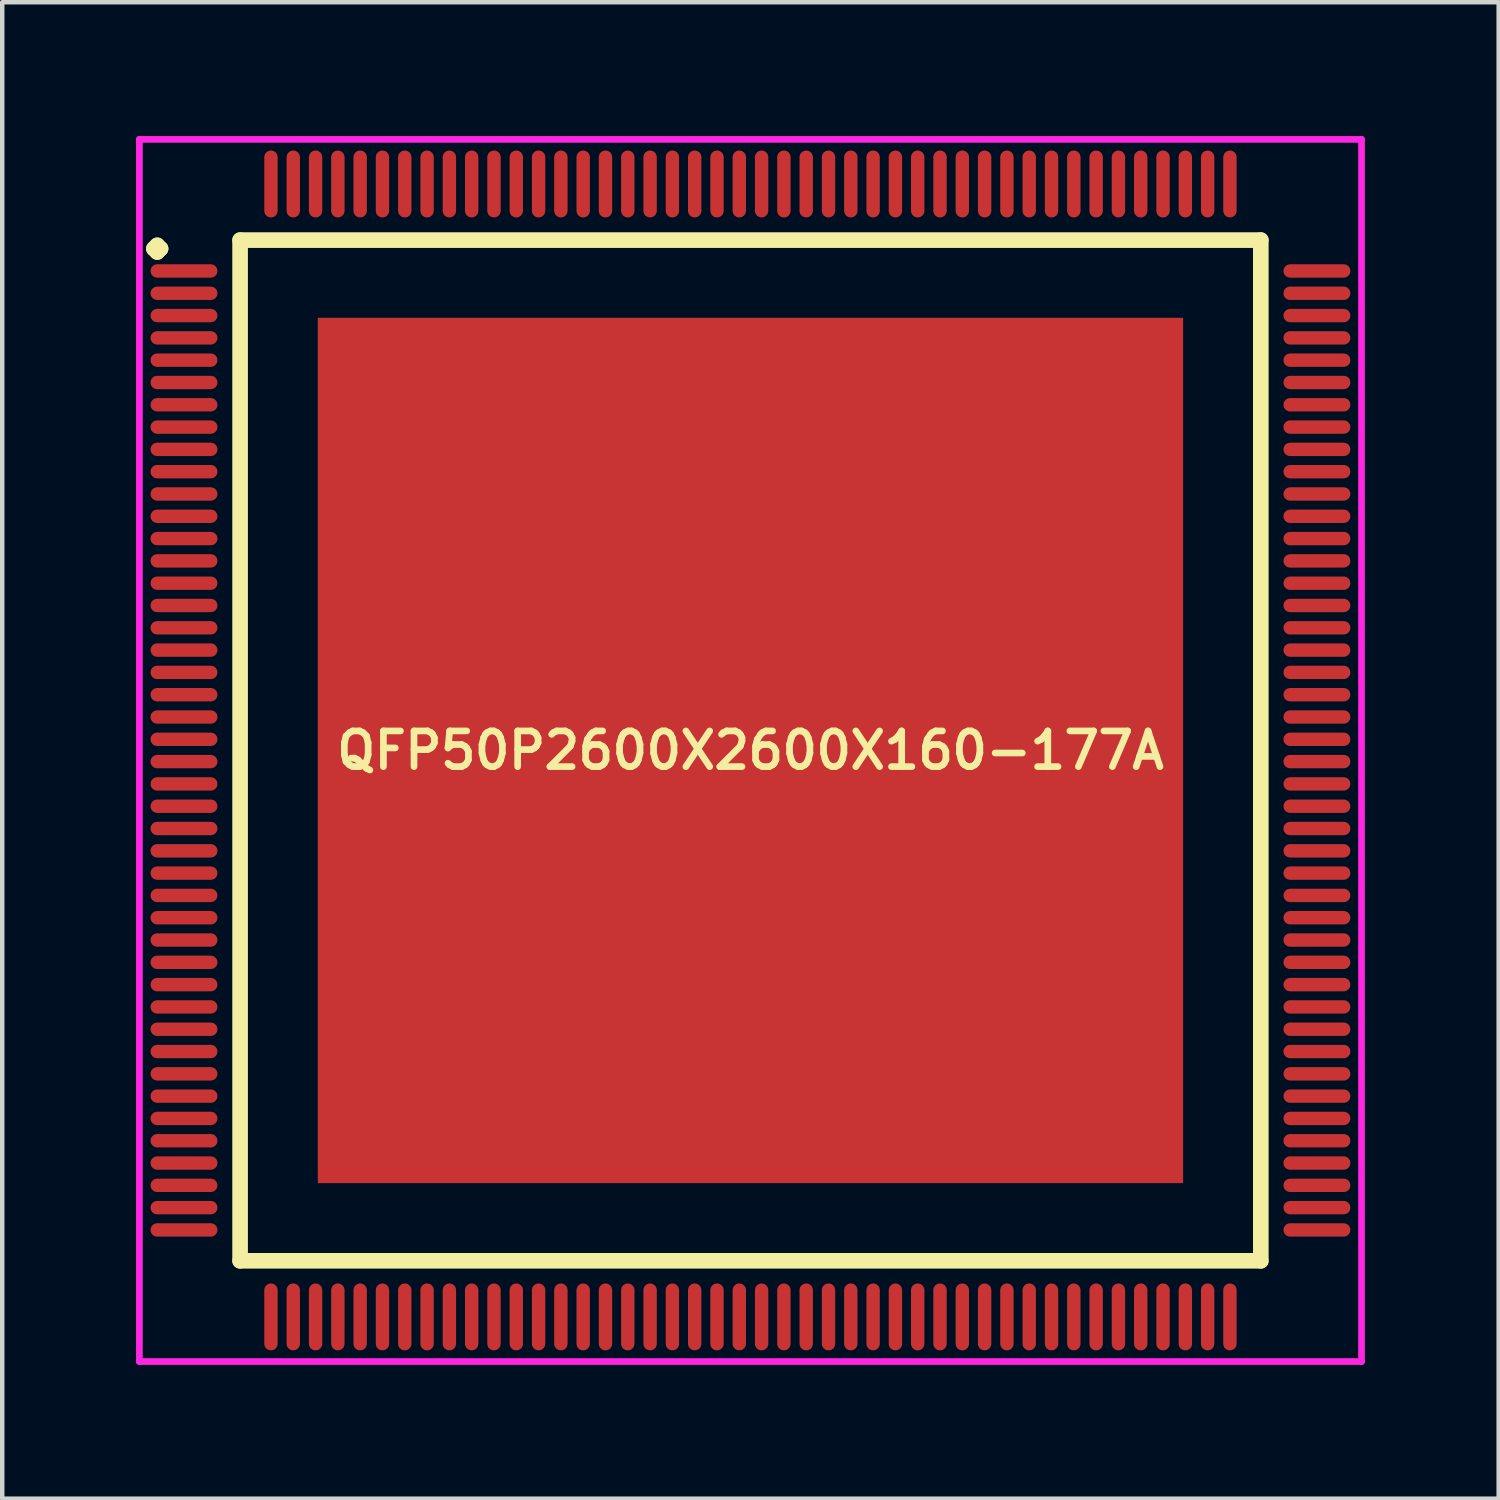
<source format=kicad_pcb>
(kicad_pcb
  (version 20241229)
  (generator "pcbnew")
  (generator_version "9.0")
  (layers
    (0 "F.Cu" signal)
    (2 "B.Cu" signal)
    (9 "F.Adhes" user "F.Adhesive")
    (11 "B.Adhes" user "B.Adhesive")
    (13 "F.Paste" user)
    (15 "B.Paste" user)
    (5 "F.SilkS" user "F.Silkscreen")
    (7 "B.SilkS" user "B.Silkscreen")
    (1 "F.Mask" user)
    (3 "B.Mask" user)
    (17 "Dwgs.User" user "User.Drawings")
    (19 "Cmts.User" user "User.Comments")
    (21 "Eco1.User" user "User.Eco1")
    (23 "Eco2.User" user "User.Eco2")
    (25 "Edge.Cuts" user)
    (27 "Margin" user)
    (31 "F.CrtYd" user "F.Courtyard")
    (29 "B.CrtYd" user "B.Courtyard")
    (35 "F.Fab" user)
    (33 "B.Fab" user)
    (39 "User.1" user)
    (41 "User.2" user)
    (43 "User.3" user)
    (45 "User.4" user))
  (footprint "QFP50P2600X2600X160-177A"
    (layer "F.Cu")
    (at 13.775 13.775)
    (property "Reference" "QFP50P2600X2600X160-177A" (at 0 0 0) (layer "F.SilkS") (effects (font (size 0.8 0.8) (thickness 0.15))))
    (attr through_hole)
    (fp_line (start -13.375 -11.25) (end -13.3 -11.325) (stroke (width 0.35) (type solid)) (layer "F.SilkS"))
    (fp_line (start -13.3 -11.325) (end -13.225 -11.25) (stroke (width 0.35) (type solid)) (layer "F.SilkS"))
    (fp_line (start -13.3 -11.175) (end -13.375 -11.25) (stroke (width 0.35) (type solid)) (layer "F.SilkS"))
    (fp_line (start -13.225 -11.25) (end -13.3 -11.175) (stroke (width 0.35) (type solid)) (layer "F.SilkS"))
    (fp_line (start -11.442 -11.442) (end -11.442 11.442) (stroke (width 0.35) (type solid)) (layer "F.SilkS"))
    (fp_line (start -11.442 11.442) (end 11.442 11.442) (stroke (width 0.35) (type solid)) (layer "F.SilkS"))
    (fp_line (start 11.442 -11.442) (end -11.442 -11.442) (stroke (width 0.35) (type solid)) (layer "F.SilkS"))
    (fp_line (start 11.442 11.442) (end 11.442 -11.442) (stroke (width 0.35) (type solid)) (layer "F.SilkS"))
    (fp_line (start -13.7 -13.7) (end 13.7 -13.7) (stroke (width 0.15) (type solid)) (layer "F.CrtYd"))
    (fp_line (start -13.7 13.7) (end -13.7 -13.7) (stroke (width 0.15) (type solid)) (layer "F.CrtYd"))
    (fp_line (start 13.7 -13.7) (end 13.7 13.7) (stroke (width 0.15) (type solid)) (layer "F.CrtYd"))
    (fp_line (start 13.7 13.7) (end -13.7 13.7) (stroke (width 0.15) (type solid)) (layer "F.CrtYd"))
    (pad "1" smd oval (at -12.7 -10.75) (size 1.5 0.3) (layers "F.Cu" "F.Mask" "F.Paste"))
    (pad "2" smd oval (at -12.7 -10.25) (size 1.5 0.3) (layers "F.Cu" "F.Mask" "F.Paste"))
    (pad "3" smd oval (at -12.7 -9.75) (size 1.5 0.3) (layers "F.Cu" "F.Mask" "F.Paste"))
    (pad "4" smd oval (at -12.7 -9.25) (size 1.5 0.3) (layers "F.Cu" "F.Mask" "F.Paste"))
    (pad "5" smd oval (at -12.7 -8.75) (size 1.5 0.3) (layers "F.Cu" "F.Mask" "F.Paste"))
    (pad "6" smd oval (at -12.7 -8.25) (size 1.5 0.3) (layers "F.Cu" "F.Mask" "F.Paste"))
    (pad "7" smd oval (at -12.7 -7.75) (size 1.5 0.3) (layers "F.Cu" "F.Mask" "F.Paste"))
    (pad "8" smd oval (at -12.7 -7.25) (size 1.5 0.3) (layers "F.Cu" "F.Mask" "F.Paste"))
    (pad "9" smd oval (at -12.7 -6.75) (size 1.5 0.3) (layers "F.Cu" "F.Mask" "F.Paste"))
    (pad "10" smd oval (at -12.7 -6.25) (size 1.5 0.3) (layers "F.Cu" "F.Mask" "F.Paste"))
    (pad "11" smd oval (at -12.7 -5.75) (size 1.5 0.3) (layers "F.Cu" "F.Mask" "F.Paste"))
    (pad "12" smd oval (at -12.7 -5.25) (size 1.5 0.3) (layers "F.Cu" "F.Mask" "F.Paste"))
    (pad "13" smd oval (at -12.7 -4.75) (size 1.5 0.3) (layers "F.Cu" "F.Mask" "F.Paste"))
    (pad "14" smd oval (at -12.7 -4.25) (size 1.5 0.3) (layers "F.Cu" "F.Mask" "F.Paste"))
    (pad "15" smd oval (at -12.7 -3.75) (size 1.5 0.3) (layers "F.Cu" "F.Mask" "F.Paste"))
    (pad "16" smd oval (at -12.7 -3.25) (size 1.5 0.3) (layers "F.Cu" "F.Mask" "F.Paste"))
    (pad "17" smd oval (at -12.7 -2.75) (size 1.5 0.3) (layers "F.Cu" "F.Mask" "F.Paste"))
    (pad "18" smd oval (at -12.7 -2.25) (size 1.5 0.3) (layers "F.Cu" "F.Mask" "F.Paste"))
    (pad "19" smd oval (at -12.7 -1.75) (size 1.5 0.3) (layers "F.Cu" "F.Mask" "F.Paste"))
    (pad "20" smd oval (at -12.7 -1.25) (size 1.5 0.3) (layers "F.Cu" "F.Mask" "F.Paste"))
    (pad "21" smd oval (at -12.7 -0.75) (size 1.5 0.3) (layers "F.Cu" "F.Mask" "F.Paste"))
    (pad "22" smd oval (at -12.7 -0.25) (size 1.5 0.3) (layers "F.Cu" "F.Mask" "F.Paste"))
    (pad "23" smd oval (at -12.7 0.25) (size 1.5 0.3) (layers "F.Cu" "F.Mask" "F.Paste"))
    (pad "24" smd oval (at -12.7 0.75) (size 1.5 0.3) (layers "F.Cu" "F.Mask" "F.Paste"))
    (pad "25" smd oval (at -12.7 1.25) (size 1.5 0.3) (layers "F.Cu" "F.Mask" "F.Paste"))
    (pad "26" smd oval (at -12.7 1.75) (size 1.5 0.3) (layers "F.Cu" "F.Mask" "F.Paste"))
    (pad "27" smd oval (at -12.7 2.25) (size 1.5 0.3) (layers "F.Cu" "F.Mask" "F.Paste"))
    (pad "28" smd oval (at -12.7 2.75) (size 1.5 0.3) (layers "F.Cu" "F.Mask" "F.Paste"))
    (pad "29" smd oval (at -12.7 3.25) (size 1.5 0.3) (layers "F.Cu" "F.Mask" "F.Paste"))
    (pad "30" smd oval (at -12.7 3.75) (size 1.5 0.3) (layers "F.Cu" "F.Mask" "F.Paste"))
    (pad "31" smd oval (at -12.7 4.25) (size 1.5 0.3) (layers "F.Cu" "F.Mask" "F.Paste"))
    (pad "32" smd oval (at -12.7 4.75) (size 1.5 0.3) (layers "F.Cu" "F.Mask" "F.Paste"))
    (pad "33" smd oval (at -12.7 5.25) (size 1.5 0.3) (layers "F.Cu" "F.Mask" "F.Paste"))
    (pad "34" smd oval (at -12.7 5.75) (size 1.5 0.3) (layers "F.Cu" "F.Mask" "F.Paste"))
    (pad "35" smd oval (at -12.7 6.25) (size 1.5 0.3) (layers "F.Cu" "F.Mask" "F.Paste"))
    (pad "36" smd oval (at -12.7 6.75) (size 1.5 0.3) (layers "F.Cu" "F.Mask" "F.Paste"))
    (pad "37" smd oval (at -12.7 7.25) (size 1.5 0.3) (layers "F.Cu" "F.Mask" "F.Paste"))
    (pad "38" smd oval (at -12.7 7.75) (size 1.5 0.3) (layers "F.Cu" "F.Mask" "F.Paste"))
    (pad "39" smd oval (at -12.7 8.25) (size 1.5 0.3) (layers "F.Cu" "F.Mask" "F.Paste"))
    (pad "40" smd oval (at -12.7 8.75) (size 1.5 0.3) (layers "F.Cu" "F.Mask" "F.Paste"))
    (pad "41" smd oval (at -12.7 9.25) (size 1.5 0.3) (layers "F.Cu" "F.Mask" "F.Paste"))
    (pad "42" smd oval (at -12.7 9.75) (size 1.5 0.3) (layers "F.Cu" "F.Mask" "F.Paste"))
    (pad "43" smd oval (at -12.7 10.25) (size 1.5 0.3) (layers "F.Cu" "F.Mask" "F.Paste"))
    (pad "44" smd oval (at -12.7 10.75) (size 1.5 0.3) (layers "F.Cu" "F.Mask" "F.Paste"))
    (pad "45" smd oval (at -10.75 12.7) (size 0.3 1.5) (layers "F.Cu" "F.Mask" "F.Paste"))
    (pad "46" smd oval (at -10.25 12.7) (size 0.3 1.5) (layers "F.Cu" "F.Mask" "F.Paste"))
    (pad "47" smd oval (at -9.75 12.7) (size 0.3 1.5) (layers "F.Cu" "F.Mask" "F.Paste"))
    (pad "48" smd oval (at -9.25 12.7) (size 0.3 1.5) (layers "F.Cu" "F.Mask" "F.Paste"))
    (pad "49" smd oval (at -8.75 12.7) (size 0.3 1.5) (layers "F.Cu" "F.Mask" "F.Paste"))
    (pad "50" smd oval (at -8.25 12.7) (size 0.3 1.5) (layers "F.Cu" "F.Mask" "F.Paste"))
    (pad "51" smd oval (at -7.75 12.7) (size 0.3 1.5) (layers "F.Cu" "F.Mask" "F.Paste"))
    (pad "52" smd oval (at -7.25 12.7) (size 0.3 1.5) (layers "F.Cu" "F.Mask" "F.Paste"))
    (pad "53" smd oval (at -6.75 12.7) (size 0.3 1.5) (layers "F.Cu" "F.Mask" "F.Paste"))
    (pad "54" smd oval (at -6.25 12.7) (size 0.3 1.5) (layers "F.Cu" "F.Mask" "F.Paste"))
    (pad "55" smd oval (at -5.75 12.7) (size 0.3 1.5) (layers "F.Cu" "F.Mask" "F.Paste"))
    (pad "56" smd oval (at -5.25 12.7) (size 0.3 1.5) (layers "F.Cu" "F.Mask" "F.Paste"))
    (pad "57" smd oval (at -4.75 12.7) (size 0.3 1.5) (layers "F.Cu" "F.Mask" "F.Paste"))
    (pad "58" smd oval (at -4.25 12.7) (size 0.3 1.5) (layers "F.Cu" "F.Mask" "F.Paste"))
    (pad "59" smd oval (at -3.75 12.7) (size 0.3 1.5) (layers "F.Cu" "F.Mask" "F.Paste"))
    (pad "60" smd oval (at -3.25 12.7) (size 0.3 1.5) (layers "F.Cu" "F.Mask" "F.Paste"))
    (pad "61" smd oval (at -2.75 12.7) (size 0.3 1.5) (layers "F.Cu" "F.Mask" "F.Paste"))
    (pad "62" smd oval (at -2.25 12.7) (size 0.3 1.5) (layers "F.Cu" "F.Mask" "F.Paste"))
    (pad "63" smd oval (at -1.75 12.7) (size 0.3 1.5) (layers "F.Cu" "F.Mask" "F.Paste"))
    (pad "64" smd oval (at -1.25 12.7) (size 0.3 1.5) (layers "F.Cu" "F.Mask" "F.Paste"))
    (pad "65" smd oval (at -0.75 12.7) (size 0.3 1.5) (layers "F.Cu" "F.Mask" "F.Paste"))
    (pad "66" smd oval (at -0.25 12.7) (size 0.3 1.5) (layers "F.Cu" "F.Mask" "F.Paste"))
    (pad "67" smd oval (at 0.25 12.7) (size 0.3 1.5) (layers "F.Cu" "F.Mask" "F.Paste"))
    (pad "68" smd oval (at 0.75 12.7) (size 0.3 1.5) (layers "F.Cu" "F.Mask" "F.Paste"))
    (pad "69" smd oval (at 1.25 12.7) (size 0.3 1.5) (layers "F.Cu" "F.Mask" "F.Paste"))
    (pad "70" smd oval (at 1.75 12.7) (size 0.3 1.5) (layers "F.Cu" "F.Mask" "F.Paste"))
    (pad "71" smd oval (at 2.25 12.7) (size 0.3 1.5) (layers "F.Cu" "F.Mask" "F.Paste"))
    (pad "72" smd oval (at 2.75 12.7) (size 0.3 1.5) (layers "F.Cu" "F.Mask" "F.Paste"))
    (pad "73" smd oval (at 3.25 12.7) (size 0.3 1.5) (layers "F.Cu" "F.Mask" "F.Paste"))
    (pad "74" smd oval (at 3.75 12.7) (size 0.3 1.5) (layers "F.Cu" "F.Mask" "F.Paste"))
    (pad "75" smd oval (at 4.25 12.7) (size 0.3 1.5) (layers "F.Cu" "F.Mask" "F.Paste"))
    (pad "76" smd oval (at 4.75 12.7) (size 0.3 1.5) (layers "F.Cu" "F.Mask" "F.Paste"))
    (pad "77" smd oval (at 5.25 12.7) (size 0.3 1.5) (layers "F.Cu" "F.Mask" "F.Paste"))
    (pad "78" smd oval (at 5.75 12.7) (size 0.3 1.5) (layers "F.Cu" "F.Mask" "F.Paste"))
    (pad "79" smd oval (at 6.25 12.7) (size 0.3 1.5) (layers "F.Cu" "F.Mask" "F.Paste"))
    (pad "80" smd oval (at 6.75 12.7) (size 0.3 1.5) (layers "F.Cu" "F.Mask" "F.Paste"))
    (pad "81" smd oval (at 7.25 12.7) (size 0.3 1.5) (layers "F.Cu" "F.Mask" "F.Paste"))
    (pad "82" smd oval (at 7.75 12.7) (size 0.3 1.5) (layers "F.Cu" "F.Mask" "F.Paste"))
    (pad "83" smd oval (at 8.25 12.7) (size 0.3 1.5) (layers "F.Cu" "F.Mask" "F.Paste"))
    (pad "84" smd oval (at 8.75 12.7) (size 0.3 1.5) (layers "F.Cu" "F.Mask" "F.Paste"))
    (pad "85" smd oval (at 9.25 12.7) (size 0.3 1.5) (layers "F.Cu" "F.Mask" "F.Paste"))
    (pad "86" smd oval (at 9.75 12.7) (size 0.3 1.5) (layers "F.Cu" "F.Mask" "F.Paste"))
    (pad "87" smd oval (at 10.25 12.7) (size 0.3 1.5) (layers "F.Cu" "F.Mask" "F.Paste"))
    (pad "88" smd oval (at 10.75 12.7) (size 0.3 1.5) (layers "F.Cu" "F.Mask" "F.Paste"))
    (pad "89" smd oval (at 12.7 10.75) (size 1.5 0.3) (layers "F.Cu" "F.Mask" "F.Paste"))
    (pad "90" smd oval (at 12.7 10.25) (size 1.5 0.3) (layers "F.Cu" "F.Mask" "F.Paste"))
    (pad "91" smd oval (at 12.7 9.75) (size 1.5 0.3) (layers "F.Cu" "F.Mask" "F.Paste"))
    (pad "92" smd oval (at 12.7 9.25) (size 1.5 0.3) (layers "F.Cu" "F.Mask" "F.Paste"))
    (pad "93" smd oval (at 12.7 8.75) (size 1.5 0.3) (layers "F.Cu" "F.Mask" "F.Paste"))
    (pad "94" smd oval (at 12.7 8.25) (size 1.5 0.3) (layers "F.Cu" "F.Mask" "F.Paste"))
    (pad "95" smd oval (at 12.7 7.75) (size 1.5 0.3) (layers "F.Cu" "F.Mask" "F.Paste"))
    (pad "96" smd oval (at 12.7 7.25) (size 1.5 0.3) (layers "F.Cu" "F.Mask" "F.Paste"))
    (pad "97" smd oval (at 12.7 6.75) (size 1.5 0.3) (layers "F.Cu" "F.Mask" "F.Paste"))
    (pad "98" smd oval (at 12.7 6.25) (size 1.5 0.3) (layers "F.Cu" "F.Mask" "F.Paste"))
    (pad "99" smd oval (at 12.7 5.75) (size 1.5 0.3) (layers "F.Cu" "F.Mask" "F.Paste"))
    (pad "100" smd oval (at 12.7 5.25) (size 1.5 0.3) (layers "F.Cu" "F.Mask" "F.Paste"))
    (pad "101" smd oval (at 12.7 4.75) (size 1.5 0.3) (layers "F.Cu" "F.Mask" "F.Paste"))
    (pad "102" smd oval (at 12.7 4.25) (size 1.5 0.3) (layers "F.Cu" "F.Mask" "F.Paste"))
    (pad "103" smd oval (at 12.7 3.75) (size 1.5 0.3) (layers "F.Cu" "F.Mask" "F.Paste"))
    (pad "104" smd oval (at 12.7 3.25) (size 1.5 0.3) (layers "F.Cu" "F.Mask" "F.Paste"))
    (pad "105" smd oval (at 12.7 2.75) (size 1.5 0.3) (layers "F.Cu" "F.Mask" "F.Paste"))
    (pad "106" smd oval (at 12.7 2.25) (size 1.5 0.3) (layers "F.Cu" "F.Mask" "F.Paste"))
    (pad "107" smd oval (at 12.7 1.75) (size 1.5 0.3) (layers "F.Cu" "F.Mask" "F.Paste"))
    (pad "108" smd oval (at 12.7 1.25) (size 1.5 0.3) (layers "F.Cu" "F.Mask" "F.Paste"))
    (pad "109" smd oval (at 12.7 0.75) (size 1.5 0.3) (layers "F.Cu" "F.Mask" "F.Paste"))
    (pad "110" smd oval (at 12.7 0.25) (size 1.5 0.3) (layers "F.Cu" "F.Mask" "F.Paste"))
    (pad "111" smd oval (at 12.7 -0.25) (size 1.5 0.3) (layers "F.Cu" "F.Mask" "F.Paste"))
    (pad "112" smd oval (at 12.7 -0.75) (size 1.5 0.3) (layers "F.Cu" "F.Mask" "F.Paste"))
    (pad "113" smd oval (at 12.7 -1.25) (size 1.5 0.3) (layers "F.Cu" "F.Mask" "F.Paste"))
    (pad "114" smd oval (at 12.7 -1.75) (size 1.5 0.3) (layers "F.Cu" "F.Mask" "F.Paste"))
    (pad "115" smd oval (at 12.7 -2.25) (size 1.5 0.3) (layers "F.Cu" "F.Mask" "F.Paste"))
    (pad "116" smd oval (at 12.7 -2.75) (size 1.5 0.3) (layers "F.Cu" "F.Mask" "F.Paste"))
    (pad "117" smd oval (at 12.7 -3.25) (size 1.5 0.3) (layers "F.Cu" "F.Mask" "F.Paste"))
    (pad "118" smd oval (at 12.7 -3.75) (size 1.5 0.3) (layers "F.Cu" "F.Mask" "F.Paste"))
    (pad "119" smd oval (at 12.7 -4.25) (size 1.5 0.3) (layers "F.Cu" "F.Mask" "F.Paste"))
    (pad "120" smd oval (at 12.7 -4.75) (size 1.5 0.3) (layers "F.Cu" "F.Mask" "F.Paste"))
    (pad "121" smd oval (at 12.7 -5.25) (size 1.5 0.3) (layers "F.Cu" "F.Mask" "F.Paste"))
    (pad "122" smd oval (at 12.7 -5.75) (size 1.5 0.3) (layers "F.Cu" "F.Mask" "F.Paste"))
    (pad "123" smd oval (at 12.7 -6.25) (size 1.5 0.3) (layers "F.Cu" "F.Mask" "F.Paste"))
    (pad "124" smd oval (at 12.7 -6.75) (size 1.5 0.3) (layers "F.Cu" "F.Mask" "F.Paste"))
    (pad "125" smd oval (at 12.7 -7.25) (size 1.5 0.3) (layers "F.Cu" "F.Mask" "F.Paste"))
    (pad "126" smd oval (at 12.7 -7.75) (size 1.5 0.3) (layers "F.Cu" "F.Mask" "F.Paste"))
    (pad "127" smd oval (at 12.7 -8.25) (size 1.5 0.3) (layers "F.Cu" "F.Mask" "F.Paste"))
    (pad "128" smd oval (at 12.7 -8.75) (size 1.5 0.3) (layers "F.Cu" "F.Mask" "F.Paste"))
    (pad "129" smd oval (at 12.7 -9.25) (size 1.5 0.3) (layers "F.Cu" "F.Mask" "F.Paste"))
    (pad "130" smd oval (at 12.7 -9.75) (size 1.5 0.3) (layers "F.Cu" "F.Mask" "F.Paste"))
    (pad "131" smd oval (at 12.7 -10.25) (size 1.5 0.3) (layers "F.Cu" "F.Mask" "F.Paste"))
    (pad "132" smd oval (at 12.7 -10.75) (size 1.5 0.3) (layers "F.Cu" "F.Mask" "F.Paste"))
    (pad "133" smd oval (at 10.75 -12.7) (size 0.3 1.5) (layers "F.Cu" "F.Mask" "F.Paste"))
    (pad "134" smd oval (at 10.25 -12.7) (size 0.3 1.5) (layers "F.Cu" "F.Mask" "F.Paste"))
    (pad "135" smd oval (at 9.75 -12.7) (size 0.3 1.5) (layers "F.Cu" "F.Mask" "F.Paste"))
    (pad "136" smd oval (at 9.25 -12.7) (size 0.3 1.5) (layers "F.Cu" "F.Mask" "F.Paste"))
    (pad "137" smd oval (at 8.75 -12.7) (size 0.3 1.5) (layers "F.Cu" "F.Mask" "F.Paste"))
    (pad "138" smd oval (at 8.25 -12.7) (size 0.3 1.5) (layers "F.Cu" "F.Mask" "F.Paste"))
    (pad "139" smd oval (at 7.75 -12.7) (size 0.3 1.5) (layers "F.Cu" "F.Mask" "F.Paste"))
    (pad "140" smd oval (at 7.25 -12.7) (size 0.3 1.5) (layers "F.Cu" "F.Mask" "F.Paste"))
    (pad "141" smd oval (at 6.75 -12.7) (size 0.3 1.5) (layers "F.Cu" "F.Mask" "F.Paste"))
    (pad "142" smd oval (at 6.25 -12.7) (size 0.3 1.5) (layers "F.Cu" "F.Mask" "F.Paste"))
    (pad "143" smd oval (at 5.75 -12.7) (size 0.3 1.5) (layers "F.Cu" "F.Mask" "F.Paste"))
    (pad "144" smd oval (at 5.25 -12.7) (size 0.3 1.5) (layers "F.Cu" "F.Mask" "F.Paste"))
    (pad "145" smd oval (at 4.75 -12.7) (size 0.3 1.5) (layers "F.Cu" "F.Mask" "F.Paste"))
    (pad "146" smd oval (at 4.25 -12.7) (size 0.3 1.5) (layers "F.Cu" "F.Mask" "F.Paste"))
    (pad "147" smd oval (at 3.75 -12.7) (size 0.3 1.5) (layers "F.Cu" "F.Mask" "F.Paste"))
    (pad "148" smd oval (at 3.25 -12.7) (size 0.3 1.5) (layers "F.Cu" "F.Mask" "F.Paste"))
    (pad "149" smd oval (at 2.75 -12.7) (size 0.3 1.5) (layers "F.Cu" "F.Mask" "F.Paste"))
    (pad "150" smd oval (at 2.25 -12.7) (size 0.3 1.5) (layers "F.Cu" "F.Mask" "F.Paste"))
    (pad "151" smd oval (at 1.75 -12.7) (size 0.3 1.5) (layers "F.Cu" "F.Mask" "F.Paste"))
    (pad "152" smd oval (at 1.25 -12.7) (size 0.3 1.5) (layers "F.Cu" "F.Mask" "F.Paste"))
    (pad "153" smd oval (at 0.75 -12.7) (size 0.3 1.5) (layers "F.Cu" "F.Mask" "F.Paste"))
    (pad "154" smd oval (at 0.25 -12.7) (size 0.3 1.5) (layers "F.Cu" "F.Mask" "F.Paste"))
    (pad "155" smd oval (at -0.25 -12.7) (size 0.3 1.5) (layers "F.Cu" "F.Mask" "F.Paste"))
    (pad "156" smd oval (at -0.75 -12.7) (size 0.3 1.5) (layers "F.Cu" "F.Mask" "F.Paste"))
    (pad "157" smd oval (at -1.25 -12.7) (size 0.3 1.5) (layers "F.Cu" "F.Mask" "F.Paste"))
    (pad "158" smd oval (at -1.75 -12.7) (size 0.3 1.5) (layers "F.Cu" "F.Mask" "F.Paste"))
    (pad "159" smd oval (at -2.25 -12.7) (size 0.3 1.5) (layers "F.Cu" "F.Mask" "F.Paste"))
    (pad "160" smd oval (at -2.75 -12.7) (size 0.3 1.5) (layers "F.Cu" "F.Mask" "F.Paste"))
    (pad "161" smd oval (at -3.25 -12.7) (size 0.3 1.5) (layers "F.Cu" "F.Mask" "F.Paste"))
    (pad "162" smd oval (at -3.75 -12.7) (size 0.3 1.5) (layers "F.Cu" "F.Mask" "F.Paste"))
    (pad "163" smd oval (at -4.25 -12.7) (size 0.3 1.5) (layers "F.Cu" "F.Mask" "F.Paste"))
    (pad "164" smd oval (at -4.75 -12.7) (size 0.3 1.5) (layers "F.Cu" "F.Mask" "F.Paste"))
    (pad "165" smd oval (at -5.25 -12.7) (size 0.3 1.5) (layers "F.Cu" "F.Mask" "F.Paste"))
    (pad "166" smd oval (at -5.75 -12.7) (size 0.3 1.5) (layers "F.Cu" "F.Mask" "F.Paste"))
    (pad "167" smd oval (at -6.25 -12.7) (size 0.3 1.5) (layers "F.Cu" "F.Mask" "F.Paste"))
    (pad "168" smd oval (at -6.75 -12.7) (size 0.3 1.5) (layers "F.Cu" "F.Mask" "F.Paste"))
    (pad "169" smd oval (at -7.25 -12.7) (size 0.3 1.5) (layers "F.Cu" "F.Mask" "F.Paste"))
    (pad "170" smd oval (at -7.75 -12.7) (size 0.3 1.5) (layers "F.Cu" "F.Mask" "F.Paste"))
    (pad "171" smd oval (at -8.25 -12.7) (size 0.3 1.5) (layers "F.Cu" "F.Mask" "F.Paste"))
    (pad "172" smd oval (at -8.75 -12.7) (size 0.3 1.5) (layers "F.Cu" "F.Mask" "F.Paste"))
    (pad "173" smd oval (at -9.25 -12.7) (size 0.3 1.5) (layers "F.Cu" "F.Mask" "F.Paste"))
    (pad "174" smd oval (at -9.75 -12.7) (size 0.3 1.5) (layers "F.Cu" "F.Mask" "F.Paste"))
    (pad "175" smd oval (at -10.25 -12.7) (size 0.3 1.5) (layers "F.Cu" "F.Mask" "F.Paste"))
    (pad "176" smd oval (at -10.75 -12.7) (size 0.3 1.5) (layers "F.Cu" "F.Mask" "F.Paste"))
    (pad "177" smd rect (at 0 0) (size 19.4 19.4) (layers "F.Cu" "F.Mask" "F.Paste")))
  (gr_rect
    (start -3 -3)
    (end 30.55 30.55)
    (stroke (width 0.1) (type default))
    (fill no)
    (layer "Edge.Cuts")))
</source>
